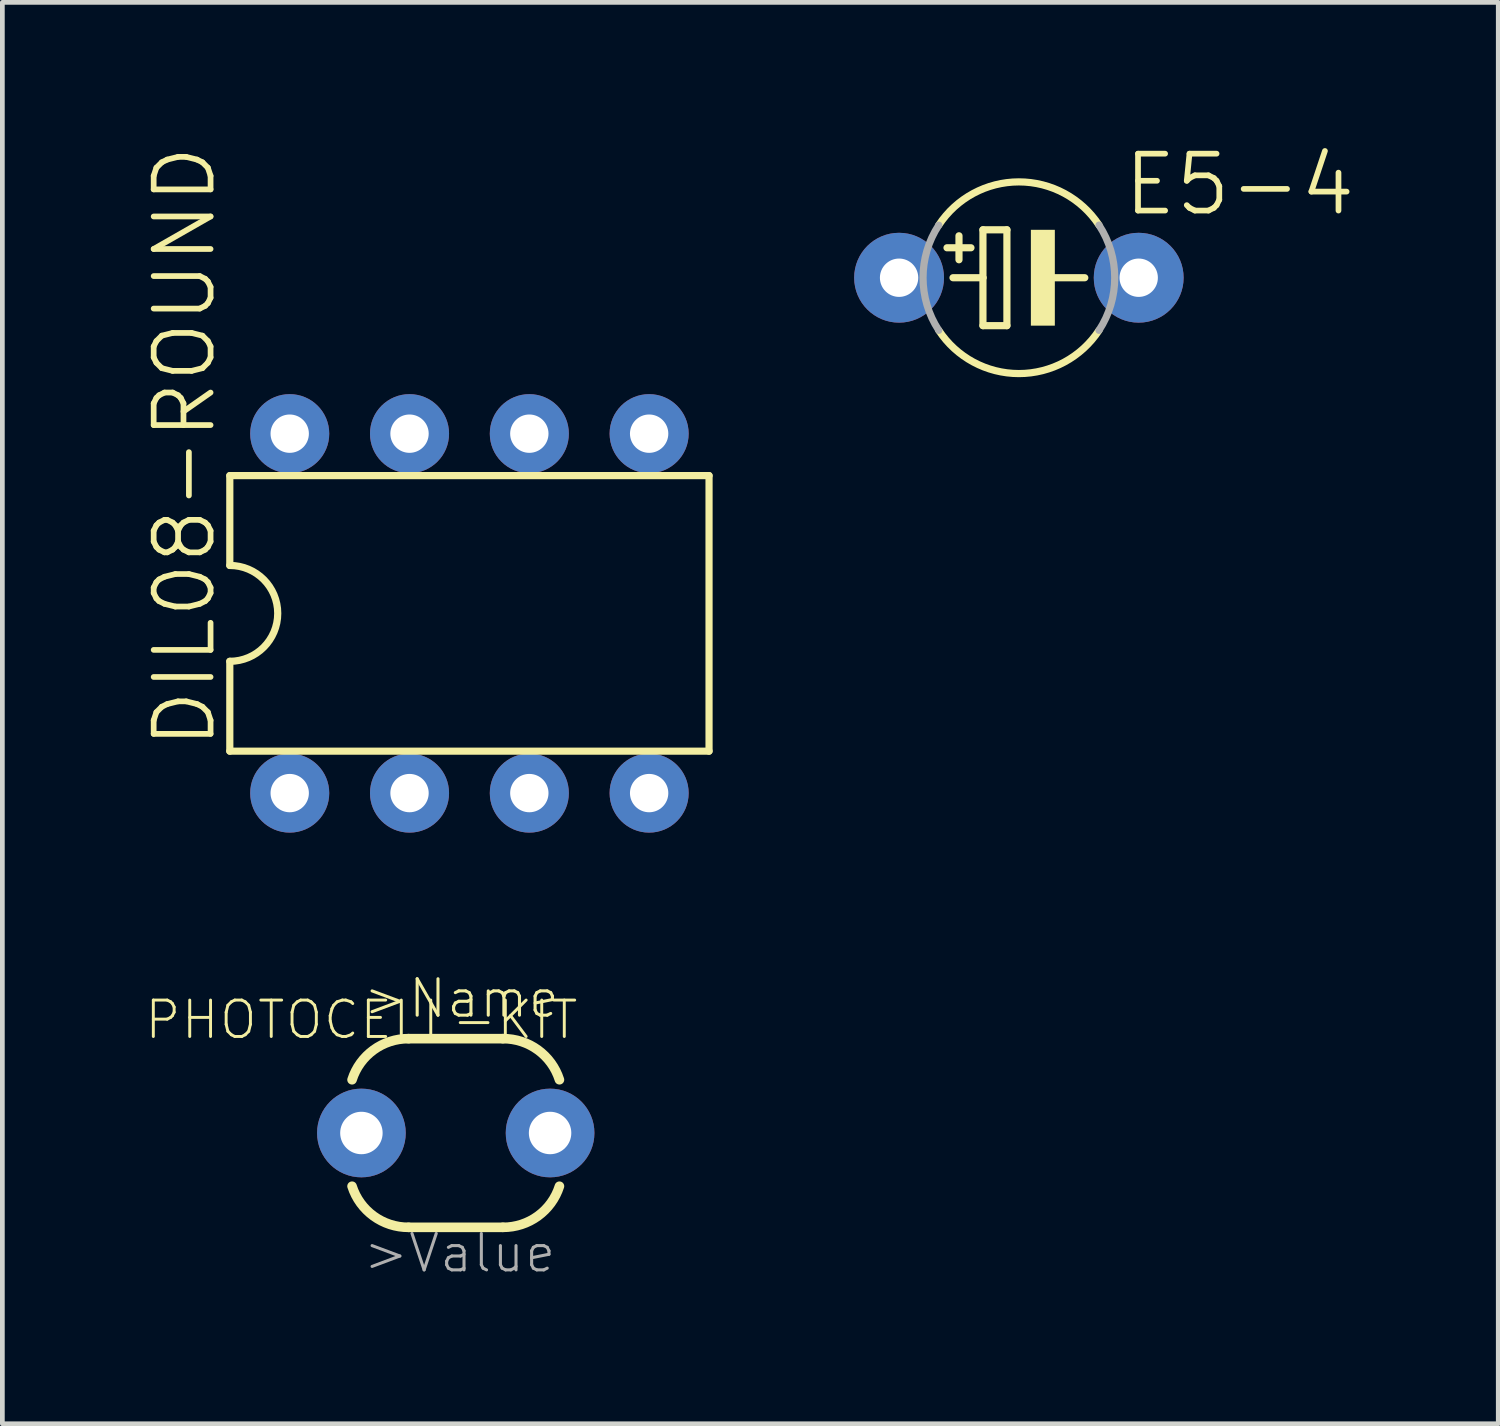
<source format=kicad_pcb>
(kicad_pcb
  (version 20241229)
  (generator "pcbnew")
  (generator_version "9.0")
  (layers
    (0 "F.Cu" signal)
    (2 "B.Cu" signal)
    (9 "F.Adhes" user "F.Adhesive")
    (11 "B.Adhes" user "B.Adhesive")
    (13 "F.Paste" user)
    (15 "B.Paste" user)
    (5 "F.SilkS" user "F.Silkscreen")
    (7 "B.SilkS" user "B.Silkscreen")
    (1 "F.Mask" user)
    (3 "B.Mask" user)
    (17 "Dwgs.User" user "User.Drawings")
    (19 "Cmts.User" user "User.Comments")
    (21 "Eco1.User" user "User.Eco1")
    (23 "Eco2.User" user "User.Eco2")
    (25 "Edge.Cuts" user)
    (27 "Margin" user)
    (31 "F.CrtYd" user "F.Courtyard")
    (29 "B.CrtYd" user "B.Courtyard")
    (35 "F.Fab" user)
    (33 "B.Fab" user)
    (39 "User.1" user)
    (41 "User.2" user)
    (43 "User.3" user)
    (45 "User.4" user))
  (footprint "PHOTOCELL-KIT"
    (layer "F.Cu")
    (at 6.612 20.97)
    (property "Reference" "PHOTOCELL-KIT" (at -2 -2.4 180) (layer "F.SilkS") (effects (font (size 0.772 0.772) (thickness 0.062))))
    (attr through_hole)
    (fp_poly (pts (xy -2.007 0.445) (xy -2.007 0.445) (xy -2.174 0.415) (xy -2.317 0.324) (xy -2.414 0.186) (xy -2.451 0.02) (xy -2.421 -0.155) (xy -2.326 -0.305) (xy -2.007 -0.447) (xy -1.835 -0.41) (xy -1.691 -0.31) (xy -1.565 0.01) (xy -1.599 0.177) (xy -1.696 0.319)) (stroke (width 0) (type solid)) (fill yes) (layer "F.Mask"))
    (fp_poly (pts (xy 2.007 0.445) (xy 2.007 0.445) (xy 1.84 0.415) (xy 1.696 0.324) (xy 1.599 0.186) (xy 1.562 0.02) (xy 1.592 -0.155) (xy 1.688 -0.305) (xy 2.007 -0.447) (xy 2.178 -0.41) (xy 2.322 -0.31) (xy 2.449 0.01) (xy 2.449 0.01) (xy 2.414 0.177) (xy 2.318 0.319)) (stroke (width 0) (type solid)) (fill yes) (layer "F.Mask"))
    (fp_poly (pts (xy 2.009 0.953) (xy 2.009 0.953) (xy 1.799 0.932) (xy 1.599 0.865) (xy 1.419 0.755) (xy 1.268 0.608) (xy 1.153 0.43) (xy 1.054 0.023) (xy 1.076 -0.192) (xy 1.145 -0.397) (xy 1.257 -0.581) (xy 1.408 -0.735) (xy 1.589 -0.852) (xy 1.792 -0.926) (xy 2.007 -0.953) (xy 2.221 -0.925) (xy 2.423 -0.851) (xy 2.605 -0.734) (xy 2.755 -0.579) (xy 2.867 -0.394) (xy 2.936 -0.189) (xy 2.957 0.025) (xy 2.957 0.025) (xy 2.931 0.234) (xy 2.859 0.431) (xy 2.746 0.608) (xy 2.596 0.754) (xy 2.417 0.864)) (stroke (width 0) (type solid)) (fill yes) (layer "B.Mask"))
    (fp_poly (pts (xy -2.004 0.953) (xy -2.004 0.953) (xy -2.214 0.932) (xy -2.414 0.865) (xy -2.594 0.755) (xy -2.746 0.608) (xy -2.86 0.43) (xy -2.959 0.023) (xy -2.959 0.023) (xy -2.937 -0.192) (xy -2.869 -0.397) (xy -2.756 -0.581) (xy -2.605 -0.735) (xy -2.424 -0.852) (xy -2.221 -0.926) (xy -2.007 -0.953) (xy -1.792 -0.925) (xy -1.59 -0.851) (xy -1.409 -0.734) (xy -1.258 -0.579) (xy -1.146 -0.394) (xy -1.078 -0.189) (xy -1.057 0.025) (xy -1.057 0.025) (xy -1.082 0.234) (xy -1.154 0.431) (xy -1.267 0.608) (xy -1.417 0.754) (xy -1.596 0.864)) (stroke (width 0) (type solid)) (fill yes) (layer "B.Mask"))
    (fp_line (start -1 -2) (end 1 -2) (stroke (width 0.203) (type solid)) (layer "F.SilkS"))
    (fp_line (start 1 2) (end -1 2) (stroke (width 0.203) (type solid)) (layer "F.SilkS"))
    (fp_arc (start -2.1984 -1.1286) (mid -1.74206 -1.760769) (end -1 -2) (stroke (width 0.2032) (type solid)) (layer "F.SilkS"))
    (fp_arc (start -1 2) (mid -1.742059 1.760769) (end -2.1984 1.1286) (stroke (width 0.2032) (type solid)) (layer "F.SilkS"))
    (fp_arc (start 1 -2) (mid 1.742059 -1.760769) (end 2.1984 -1.1286) (stroke (width 0.2032) (type solid)) (layer "F.SilkS"))
    (fp_arc (start 2.1984 1.1286) (mid 1.74206 1.760769) (end 1 2) (stroke (width 0.2032) (type solid)) (layer "F.SilkS"))
    (fp_text user ">Name" (at -2 -2.4 0) (layer "F.SilkS") (effects (font (size 0.772 0.772) (thickness 0.065)) (justify left bottom)))
    (fp_text user ">Value" (at -2 3 0) (layer "F.Fab") (effects (font (size 0.772 0.772) (thickness 0.065)) (justify left bottom)))
    (pad "1" thru_hole circle (at -2 0) (size 1.88 1.88) (drill 0.9) (layers "*.Cu" "*.Mask"))
    (pad "2" thru_hole circle (at 2 0) (size 1.88 1.88) (drill 0.9) (layers "*.Cu" "*.Mask")))
  (footprint "DIL08-ROUND"
    (layer "F.Cu")
    (at 6.902 9.954)
    (property "Reference" "DIL08-ROUND" (at -5.334 2.921 90) (layer "F.SilkS") (effects (font (size 1.206 1.206) (thickness 0.121)) (justify left bottom)))
    (attr through_hole)
    (fp_line (start -5.08 -2.921) (end -5.08 -1.016) (stroke (width 0.152) (type solid)) (layer "F.SilkS"))
    (fp_line (start -5.08 2.921) (end -5.08 1.016) (stroke (width 0.152) (type solid)) (layer "F.SilkS"))
    (fp_line (start -5.08 2.921) (end 5.08 2.921) (stroke (width 0.152) (type solid)) (layer "F.SilkS"))
    (fp_line (start 5.08 -2.921) (end -5.08 -2.921) (stroke (width 0.152) (type solid)) (layer "F.SilkS"))
    (fp_line (start 5.08 -2.921) (end 5.08 2.921) (stroke (width 0.152) (type solid)) (layer "F.SilkS"))
    (fp_arc (start -5.08 -1.016) (mid -4.064 0) (end -5.08 1.016) (stroke (width 0.1524) (type solid)) (layer "F.SilkS"))
    (pad "1" thru_hole circle (at -3.81 3.81 90) (size 1.676 1.676) (drill 0.813) (layers "*.Cu" "*.Mask"))
    (pad "2" thru_hole circle (at -1.27 3.81 90) (size 1.676 1.676) (drill 0.813) (layers "*.Cu" "*.Mask"))
    (pad "3" thru_hole circle (at 1.27 3.81 90) (size 1.676 1.676) (drill 0.813) (layers "*.Cu" "*.Mask"))
    (pad "4" thru_hole circle (at 3.81 3.81 90) (size 1.676 1.676) (drill 0.813) (layers "*.Cu" "*.Mask"))
    (pad "5" thru_hole circle (at 3.81 -3.81 90) (size 1.676 1.676) (drill 0.813) (layers "*.Cu" "*.Mask"))
    (pad "6" thru_hole circle (at 1.27 -3.81 90) (size 1.676 1.676) (drill 0.813) (layers "*.Cu" "*.Mask"))
    (pad "7" thru_hole circle (at -1.27 -3.81 90) (size 1.676 1.676) (drill 0.813) (layers "*.Cu" "*.Mask"))
    (pad "8" thru_hole circle (at -3.81 -3.81 90) (size 1.676 1.676) (drill 0.813) (layers "*.Cu" "*.Mask")))
  (footprint "E5-4"
    (layer "F.Cu")
    (at 18.551 2.838)
    (property "Reference" "E5-4" (at 2.159 -1.27 0) (layer "F.SilkS") (effects (font (size 1.206 1.206) (thickness 0.121)) (justify left bottom)))
    (attr through_hole)
    (fp_line (start -1.524 -0.635) (end -1.016 -0.635) (stroke (width 0.152) (type solid)) (layer "F.SilkS"))
    (fp_line (start -1.397 0) (end -0.762 0) (stroke (width 0.152) (type solid)) (layer "F.SilkS"))
    (fp_line (start -1.27 -0.381) (end -1.27 -0.889) (stroke (width 0.152) (type solid)) (layer "F.SilkS"))
    (fp_line (start -0.762 -1.016) (end -0.762 0) (stroke (width 0.152) (type solid)) (layer "F.SilkS"))
    (fp_line (start -0.762 0) (end -0.762 1.016) (stroke (width 0.152) (type solid)) (layer "F.SilkS"))
    (fp_line (start -0.762 1.016) (end -0.254 1.016) (stroke (width 0.152) (type solid)) (layer "F.SilkS"))
    (fp_line (start -0.254 -1.016) (end -0.762 -1.016) (stroke (width 0.152) (type solid)) (layer "F.SilkS"))
    (fp_line (start -0.254 1.016) (end -0.254 -1.016) (stroke (width 0.152) (type solid)) (layer "F.SilkS"))
    (fp_line (start 0.635 0) (end 1.397 0) (stroke (width 0.152) (type solid)) (layer "F.SilkS"))
    (fp_arc (start -1.6985 -1.1153) (mid 0 -2.031944) (end 1.6985 -1.1153) (stroke (width 0.1524) (type solid)) (layer "F.SilkS"))
    (fp_arc (start 1.6985 1.1153) (mid 0 2.031944) (end -1.6985 1.1153) (stroke (width 0.1524) (type solid)) (layer "F.SilkS"))
    (fp_poly (pts (xy 0.254 1.016) (xy 0.762 1.016) (xy 0.762 -1.016) (xy 0.254 -1.016)) (stroke (width 0) (type solid)) (fill yes) (layer "F.SilkS"))
    (fp_arc (start -1.6985 1.1153) (mid -2.031944 0) (end -1.6985 -1.1153) (stroke (width 0.1524) (type solid)) (layer "F.Fab"))
    (fp_arc (start 1.6985 -1.1153) (mid 2.031944 0) (end 1.6985 1.1153) (stroke (width 0.1524) (type solid)) (layer "F.Fab"))
    (pad "+" thru_hole circle (at -2.54 0) (size 1.905 1.905) (drill 0.813) (layers "*.Cu" "*.Mask"))
    (pad "-" thru_hole circle (at 2.54 0) (size 1.905 1.905) (drill 0.813) (layers "*.Cu" "*.Mask")))
  (gr_rect
    (start -3 -3)
    (end 28.714 27.134)
    (stroke (width 0.1) (type default))
    (fill no)
    (layer "Edge.Cuts")))
</source>
